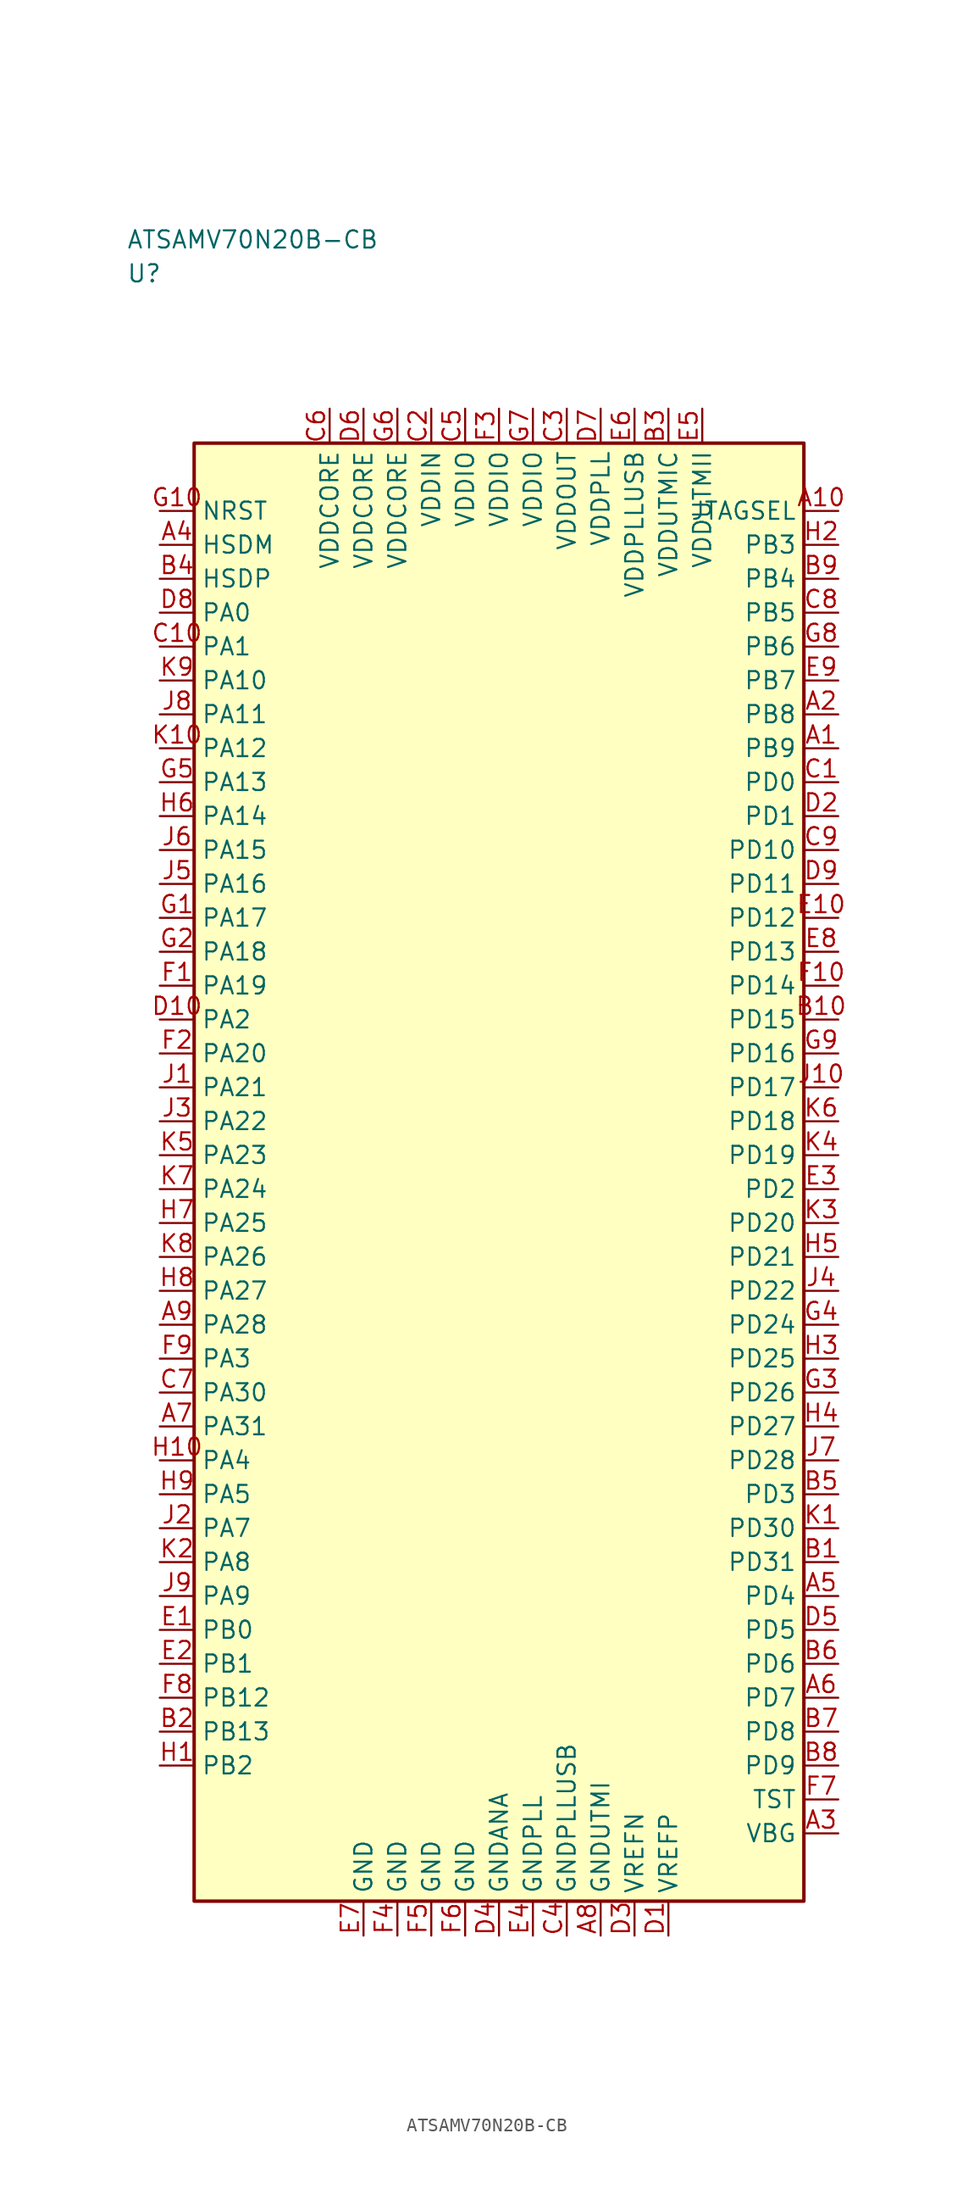
<source format=kicad_sym>
(kicad_symbol_lib
  (version 20241025)
  (generator "kicad_symbol_editor")
  (generator_version "8.0")
  (symbol "ATSAMV70N20B-CB"
    (property "Reference" "U"
      (at -27.5 66.25 0)
      (effects (font (size 1.27 1.27)) (justify left)))
    (property "Value" "ATSAMV70N20B-CB"
      (at -27.5 68.75 0)
      (effects (font (size 1.27 1.27)) (justify left)))
    (symbol "ATSAMV70N20B-CB_0_1"
      (rectangle (start -22.5 53.75) (end 22.5 -53.75) (stroke (width 0.254) (type default)) (fill (type background))))
    (symbol "ATSAMV70N20B-CB_1_1"
      (pin bidirectional line (at -25.04 41.25 0.0) (length 2.54) (name "PA0" (effects (font (size 1.27 1.27)))) (number "D8" (effects (font (size 1.27 1.27)))))
      (pin bidirectional line (at -25.04 38.75 0.0) (length 2.54) (name "PA1" (effects (font (size 1.27 1.27)))) (number "C10" (effects (font (size 1.27 1.27)))))
      (pin bidirectional line (at -25.04 11.25 0.0) (length 2.54) (name "PA2" (effects (font (size 1.27 1.27)))) (number "D10" (effects (font (size 1.27 1.27)))))
      (pin bidirectional line (at -25.04 -13.75 0.0) (length 2.54) (name "PA3" (effects (font (size 1.27 1.27)))) (number "F9" (effects (font (size 1.27 1.27)))))
      (pin bidirectional line (at -25.04 -21.25 0.0) (length 2.54) (name "PA4" (effects (font (size 1.27 1.27)))) (number "H10" (effects (font (size 1.27 1.27)))))
      (pin bidirectional line (at -25.04 -23.75 0.0) (length 2.54) (name "PA5" (effects (font (size 1.27 1.27)))) (number "H9" (effects (font (size 1.27 1.27)))))
      (pin bidirectional line (at -25.04 -26.25 0.0) (length 2.54) (name "PA7" (effects (font (size 1.27 1.27)))) (number "J2" (effects (font (size 1.27 1.27)))))
      (pin bidirectional line (at -25.04 -28.75 0.0) (length 2.54) (name "PA8" (effects (font (size 1.27 1.27)))) (number "K2" (effects (font (size 1.27 1.27)))))
      (pin bidirectional line (at -25.04 -31.25 0.0) (length 2.54) (name "PA9" (effects (font (size 1.27 1.27)))) (number "J9" (effects (font (size 1.27 1.27)))))
      (pin bidirectional line (at -25.04 36.25 0.0) (length 2.54) (name "PA10" (effects (font (size 1.27 1.27)))) (number "K9" (effects (font (size 1.27 1.27)))))
      (pin bidirectional line (at -25.04 33.75 0.0) (length 2.54) (name "PA11" (effects (font (size 1.27 1.27)))) (number "J8" (effects (font (size 1.27 1.27)))))
      (pin bidirectional line (at -25.04 31.25 0.0) (length 2.54) (name "PA12" (effects (font (size 1.27 1.27)))) (number "K10" (effects (font (size 1.27 1.27)))))
      (pin bidirectional line (at -25.04 28.75 0.0) (length 2.54) (name "PA13" (effects (font (size 1.27 1.27)))) (number "G5" (effects (font (size 1.27 1.27)))))
      (pin bidirectional line (at -25.04 26.25 0.0) (length 2.54) (name "PA14" (effects (font (size 1.27 1.27)))) (number "H6" (effects (font (size 1.27 1.27)))))
      (pin bidirectional line (at -25.04 23.75 0.0) (length 2.54) (name "PA15" (effects (font (size 1.27 1.27)))) (number "J6" (effects (font (size 1.27 1.27)))))
      (pin bidirectional line (at -25.04 21.25 0.0) (length 2.54) (name "PA16" (effects (font (size 1.27 1.27)))) (number "J5" (effects (font (size 1.27 1.27)))))
      (pin bidirectional line (at -25.04 18.75 0.0) (length 2.54) (name "PA17" (effects (font (size 1.27 1.27)))) (number "G1" (effects (font (size 1.27 1.27)))))
      (pin bidirectional line (at -25.04 16.25 0.0) (length 2.54) (name "PA18" (effects (font (size 1.27 1.27)))) (number "G2" (effects (font (size 1.27 1.27)))))
      (pin bidirectional line (at -25.04 13.75 0.0) (length 2.54) (name "PA19" (effects (font (size 1.27 1.27)))) (number "F1" (effects (font (size 1.27 1.27)))))
      (pin bidirectional line (at -25.04 8.75 0.0) (length 2.54) (name "PA20" (effects (font (size 1.27 1.27)))) (number "F2" (effects (font (size 1.27 1.27)))))
      (pin bidirectional line (at -25.04 6.25 0.0) (length 2.54) (name "PA21" (effects (font (size 1.27 1.27)))) (number "J1" (effects (font (size 1.27 1.27)))))
      (pin bidirectional line (at -25.04 3.75 0.0) (length 2.54) (name "PA22" (effects (font (size 1.27 1.27)))) (number "J3" (effects (font (size 1.27 1.27)))))
      (pin bidirectional line (at -25.04 1.25 0.0) (length 2.54) (name "PA23" (effects (font (size 1.27 1.27)))) (number "K5" (effects (font (size 1.27 1.27)))))
      (pin bidirectional line (at -25.04 -1.25 0.0) (length 2.54) (name "PA24" (effects (font (size 1.27 1.27)))) (number "K7" (effects (font (size 1.27 1.27)))))
      (pin bidirectional line (at -25.04 -3.75 0.0) (length 2.54) (name "PA25" (effects (font (size 1.27 1.27)))) (number "H7" (effects (font (size 1.27 1.27)))))
      (pin bidirectional line (at -25.04 -6.25 0.0) (length 2.54) (name "PA26" (effects (font (size 1.27 1.27)))) (number "K8" (effects (font (size 1.27 1.27)))))
      (pin bidirectional line (at -25.04 -8.75 0.0) (length 2.54) (name "PA27" (effects (font (size 1.27 1.27)))) (number "H8" (effects (font (size 1.27 1.27)))))
      (pin bidirectional line (at -25.04 -11.25 0.0) (length 2.54) (name "PA28" (effects (font (size 1.27 1.27)))) (number "A9" (effects (font (size 1.27 1.27)))))
      (pin bidirectional line (at -25.04 -16.25 0.0) (length 2.54) (name "PA30" (effects (font (size 1.27 1.27)))) (number "C7" (effects (font (size 1.27 1.27)))))
      (pin bidirectional line (at -25.04 -18.75 0.0) (length 2.54) (name "PA31" (effects (font (size 1.27 1.27)))) (number "A7" (effects (font (size 1.27 1.27)))))
      (pin bidirectional line (at -25.04 -33.75 0.0) (length 2.54) (name "PB0" (effects (font (size 1.27 1.27)))) (number "E1" (effects (font (size 1.27 1.27)))))
      (pin bidirectional line (at -25.04 -36.25 0.0) (length 2.54) (name "PB1" (effects (font (size 1.27 1.27)))) (number "E2" (effects (font (size 1.27 1.27)))))
      (pin bidirectional line (at -25.04 -43.75 0.0) (length 2.54) (name "PB2" (effects (font (size 1.27 1.27)))) (number "H1" (effects (font (size 1.27 1.27)))))
      (pin bidirectional line (at 25.04 46.25 180.0) (length 2.54) (name "PB3" (effects (font (size 1.27 1.27)))) (number "H2" (effects (font (size 1.27 1.27)))))
      (pin bidirectional line (at 25.04 43.75 180.0) (length 2.54) (name "PB4" (effects (font (size 1.27 1.27)))) (number "B9" (effects (font (size 1.27 1.27)))))
      (pin bidirectional line (at 25.04 41.25 180.0) (length 2.54) (name "PB5" (effects (font (size 1.27 1.27)))) (number "C8" (effects (font (size 1.27 1.27)))))
      (pin bidirectional line (at 25.04 38.75 180.0) (length 2.54) (name "PB6" (effects (font (size 1.27 1.27)))) (number "G8" (effects (font (size 1.27 1.27)))))
      (pin bidirectional line (at 25.04 36.25 180.0) (length 2.54) (name "PB7" (effects (font (size 1.27 1.27)))) (number "E9" (effects (font (size 1.27 1.27)))))
      (pin bidirectional line (at 25.04 33.75 180.0) (length 2.54) (name "PB8" (effects (font (size 1.27 1.27)))) (number "A2" (effects (font (size 1.27 1.27)))))
      (pin bidirectional line (at 25.04 31.25 180.0) (length 2.54) (name "PB9" (effects (font (size 1.27 1.27)))) (number "A1" (effects (font (size 1.27 1.27)))))
      (pin bidirectional line (at -25.04 -38.75 0.0) (length 2.54) (name "PB12" (effects (font (size 1.27 1.27)))) (number "F8" (effects (font (size 1.27 1.27)))))
      (pin bidirectional line (at -25.04 -41.25 0.0) (length 2.54) (name "PB13" (effects (font (size 1.27 1.27)))) (number "B2" (effects (font (size 1.27 1.27)))))
      (pin bidirectional line (at 25.04 28.75 180.0) (length 2.54) (name "PD0" (effects (font (size 1.27 1.27)))) (number "C1" (effects (font (size 1.27 1.27)))))
      (pin bidirectional line (at 25.04 26.25 180.0) (length 2.54) (name "PD1" (effects (font (size 1.27 1.27)))) (number "D2" (effects (font (size 1.27 1.27)))))
      (pin bidirectional line (at 25.04 -1.25 180.0) (length 2.54) (name "PD2" (effects (font (size 1.27 1.27)))) (number "E3" (effects (font (size 1.27 1.27)))))
      (pin bidirectional line (at 25.04 -23.75 180.0) (length 2.54) (name "PD3" (effects (font (size 1.27 1.27)))) (number "B5" (effects (font (size 1.27 1.27)))))
      (pin bidirectional line (at 25.04 -31.25 180.0) (length 2.54) (name "PD4" (effects (font (size 1.27 1.27)))) (number "A5" (effects (font (size 1.27 1.27)))))
      (pin bidirectional line (at 25.04 -33.75 180.0) (length 2.54) (name "PD5" (effects (font (size 1.27 1.27)))) (number "D5" (effects (font (size 1.27 1.27)))))
      (pin bidirectional line (at 25.04 -36.25 180.0) (length 2.54) (name "PD6" (effects (font (size 1.27 1.27)))) (number "B6" (effects (font (size 1.27 1.27)))))
      (pin bidirectional line (at 25.04 -38.75 180.0) (length 2.54) (name "PD7" (effects (font (size 1.27 1.27)))) (number "A6" (effects (font (size 1.27 1.27)))))
      (pin bidirectional line (at 25.04 -41.25 180.0) (length 2.54) (name "PD8" (effects (font (size 1.27 1.27)))) (number "B7" (effects (font (size 1.27 1.27)))))
      (pin bidirectional line (at 25.04 -43.75 180.0) (length 2.54) (name "PD9" (effects (font (size 1.27 1.27)))) (number "B8" (effects (font (size 1.27 1.27)))))
      (pin bidirectional line (at 25.04 23.75 180.0) (length 2.54) (name "PD10" (effects (font (size 1.27 1.27)))) (number "C9" (effects (font (size 1.27 1.27)))))
      (pin bidirectional line (at 25.04 21.25 180.0) (length 2.54) (name "PD11" (effects (font (size 1.27 1.27)))) (number "D9" (effects (font (size 1.27 1.27)))))
      (pin bidirectional line (at 25.04 18.75 180.0) (length 2.54) (name "PD12" (effects (font (size 1.27 1.27)))) (number "E10" (effects (font (size 1.27 1.27)))))
      (pin bidirectional line (at 25.04 16.25 180.0) (length 2.54) (name "PD13" (effects (font (size 1.27 1.27)))) (number "E8" (effects (font (size 1.27 1.27)))))
      (pin bidirectional line (at 25.04 13.75 180.0) (length 2.54) (name "PD14" (effects (font (size 1.27 1.27)))) (number "F10" (effects (font (size 1.27 1.27)))))
      (pin bidirectional line (at 25.04 11.25 180.0) (length 2.54) (name "PD15" (effects (font (size 1.27 1.27)))) (number "B10" (effects (font (size 1.27 1.27)))))
      (pin bidirectional line (at 25.04 8.75 180.0) (length 2.54) (name "PD16" (effects (font (size 1.27 1.27)))) (number "G9" (effects (font (size 1.27 1.27)))))
      (pin bidirectional line (at 25.04 6.25 180.0) (length 2.54) (name "PD17" (effects (font (size 1.27 1.27)))) (number "J10" (effects (font (size 1.27 1.27)))))
      (pin bidirectional line (at 25.04 3.75 180.0) (length 2.54) (name "PD18" (effects (font (size 1.27 1.27)))) (number "K6" (effects (font (size 1.27 1.27)))))
      (pin bidirectional line (at 25.04 1.25 180.0) (length 2.54) (name "PD19" (effects (font (size 1.27 1.27)))) (number "K4" (effects (font (size 1.27 1.27)))))
      (pin bidirectional line (at 25.04 -3.75 180.0) (length 2.54) (name "PD20" (effects (font (size 1.27 1.27)))) (number "K3" (effects (font (size 1.27 1.27)))))
      (pin bidirectional line (at 25.04 -6.25 180.0) (length 2.54) (name "PD21" (effects (font (size 1.27 1.27)))) (number "H5" (effects (font (size 1.27 1.27)))))
      (pin bidirectional line (at 25.04 -8.75 180.0) (length 2.54) (name "PD22" (effects (font (size 1.27 1.27)))) (number "J4" (effects (font (size 1.27 1.27)))))
      (pin bidirectional line (at 25.04 -11.25 180.0) (length 2.54) (name "PD24" (effects (font (size 1.27 1.27)))) (number "G4" (effects (font (size 1.27 1.27)))))
      (pin bidirectional line (at 25.04 -13.75 180.0) (length 2.54) (name "PD25" (effects (font (size 1.27 1.27)))) (number "H3" (effects (font (size 1.27 1.27)))))
      (pin bidirectional line (at 25.04 -16.25 180.0) (length 2.54) (name "PD26" (effects (font (size 1.27 1.27)))) (number "G3" (effects (font (size 1.27 1.27)))))
      (pin bidirectional line (at 25.04 -18.75 180.0) (length 2.54) (name "PD27" (effects (font (size 1.27 1.27)))) (number "H4" (effects (font (size 1.27 1.27)))))
      (pin bidirectional line (at 25.04 -21.25 180.0) (length 2.54) (name "PD28" (effects (font (size 1.27 1.27)))) (number "J7" (effects (font (size 1.27 1.27)))))
      (pin bidirectional line (at 25.04 -26.25 180.0) (length 2.54) (name "PD30" (effects (font (size 1.27 1.27)))) (number "K1" (effects (font (size 1.27 1.27)))))
      (pin bidirectional line (at 25.04 -28.75 180.0) (length 2.54) (name "PD31" (effects (font (size 1.27 1.27)))) (number "B1" (effects (font (size 1.27 1.27)))))
      (pin power_in line (at 5.0 56.29 270.0) (length 2.54) (name "VDDOUT" (effects (font (size 1.27 1.27)))) (number "C3" (effects (font (size 1.27 1.27)))))
      (pin power_in line (at -5.0 56.29 270.0) (length 2.54) (name "VDDIN" (effects (font (size 1.27 1.27)))) (number "C2" (effects (font (size 1.27 1.27)))))
      (pin passive line (at 10.0 -56.29 90.0) (length 2.54) (name "VREFN" (effects (font (size 1.27 1.27)))) (number "D3" (effects (font (size 1.27 1.27)))))
      (pin passive line (at 12.5 -56.29 90.0) (length 2.54) (name "VREFP" (effects (font (size 1.27 1.27)))) (number "D1" (effects (font (size 1.27 1.27)))))
      (pin input line (at -25.04 48.75 0.0) (length 2.54) (name "NRST" (effects (font (size 1.27 1.27)))) (number "G10" (effects (font (size 1.27 1.27)))))
      (pin bidirectional line (at 25.04 -46.25 180.0) (length 2.54) (name "TST" (effects (font (size 1.27 1.27)))) (number "F7" (effects (font (size 1.27 1.27)))))
      (pin power_in line (at -2.5 56.29 270.0) (length 2.54) (name "VDDIO" (effects (font (size 1.27 1.27)))) (number "C5" (effects (font (size 1.27 1.27)))))
      (pin power_in line (at 0.0 56.29 270.0) (length 2.54) (name "VDDIO" (effects (font (size 1.27 1.27)))) (number "F3" (effects (font (size 1.27 1.27)))))
      (pin power_in line (at 2.5 56.29 270.0) (length 2.54) (name "VDDIO" (effects (font (size 1.27 1.27)))) (number "G7" (effects (font (size 1.27 1.27)))))
      (pin output line (at 25.04 48.75 180.0) (length 2.54) (name "JTAGSEL" (effects (font (size 1.27 1.27)))) (number "A10" (effects (font (size 1.27 1.27)))))
      (pin power_in line (at -12.5 56.29 270.0) (length 2.54) (name "VDDCORE" (effects (font (size 1.27 1.27)))) (number "C6" (effects (font (size 1.27 1.27)))))
      (pin power_in line (at -10.0 56.29 270.0) (length 2.54) (name "VDDCORE" (effects (font (size 1.27 1.27)))) (number "D6" (effects (font (size 1.27 1.27)))))
      (pin power_in line (at -7.5 56.29 270.0) (length 2.54) (name "VDDCORE" (effects (font (size 1.27 1.27)))) (number "G6" (effects (font (size 1.27 1.27)))))
      (pin power_in line (at 7.5 56.29 270.0) (length 2.54) (name "VDDPLL" (effects (font (size 1.27 1.27)))) (number "D7" (effects (font (size 1.27 1.27)))))
      (pin power_in line (at 15.0 56.29 270.0) (length 2.54) (name "VDDUTMII" (effects (font (size 1.27 1.27)))) (number "E5" (effects (font (size 1.27 1.27)))))
      (pin bidirectional line (at -25.04 46.25 0.0) (length 2.54) (name "HSDM" (effects (font (size 1.27 1.27)))) (number "A4" (effects (font (size 1.27 1.27)))))
      (pin bidirectional line (at -25.04 43.75 0.0) (length 2.54) (name "HSDP" (effects (font (size 1.27 1.27)))) (number "B4" (effects (font (size 1.27 1.27)))))
      (pin passive line (at -10.0 -56.29 90.0) (length 2.54) (name "GND" (effects (font (size 1.27 1.27)))) (number "E7" (effects (font (size 1.27 1.27)))))
      (pin passive line (at -7.5 -56.29 90.0) (length 2.54) (name "GND" (effects (font (size 1.27 1.27)))) (number "F4" (effects (font (size 1.27 1.27)))))
      (pin passive line (at -5.0 -56.29 90.0) (length 2.54) (name "GND" (effects (font (size 1.27 1.27)))) (number "F5" (effects (font (size 1.27 1.27)))))
      (pin passive line (at -2.5 -56.29 90.0) (length 2.54) (name "GND" (effects (font (size 1.27 1.27)))) (number "F6" (effects (font (size 1.27 1.27)))))
      (pin passive line (at 0.0 -56.29 90.0) (length 2.54) (name "GNDANA" (effects (font (size 1.27 1.27)))) (number "D4" (effects (font (size 1.27 1.27)))))
      (pin passive line (at 7.5 -56.29 90.0) (length 2.54) (name "GNDUTMI" (effects (font (size 1.27 1.27)))) (number "A8" (effects (font (size 1.27 1.27)))))
      (pin passive line (at 5.0 -56.29 90.0) (length 2.54) (name "GNDPLLUSB" (effects (font (size 1.27 1.27)))) (number "C4" (effects (font (size 1.27 1.27)))))
      (pin passive line (at 2.5 -56.29 90.0) (length 2.54) (name "GNDPLL" (effects (font (size 1.27 1.27)))) (number "E4" (effects (font (size 1.27 1.27)))))
      (pin power_in line (at 12.5 56.29 270.0) (length 2.54) (name "VDDUTMIC" (effects (font (size 1.27 1.27)))) (number "B3" (effects (font (size 1.27 1.27)))))
      (pin bidirectional line (at 25.04 -48.75 180.0) (length 2.54) (name "VBG" (effects (font (size 1.27 1.27)))) (number "A3" (effects (font (size 1.27 1.27)))))
      (pin power_in line (at 10.0 56.29 270.0) (length 2.54) (name "VDDPLLUSB" (effects (font (size 1.27 1.27)))) (number "E6" (effects (font (size 1.27 1.27))))))))
</source>
